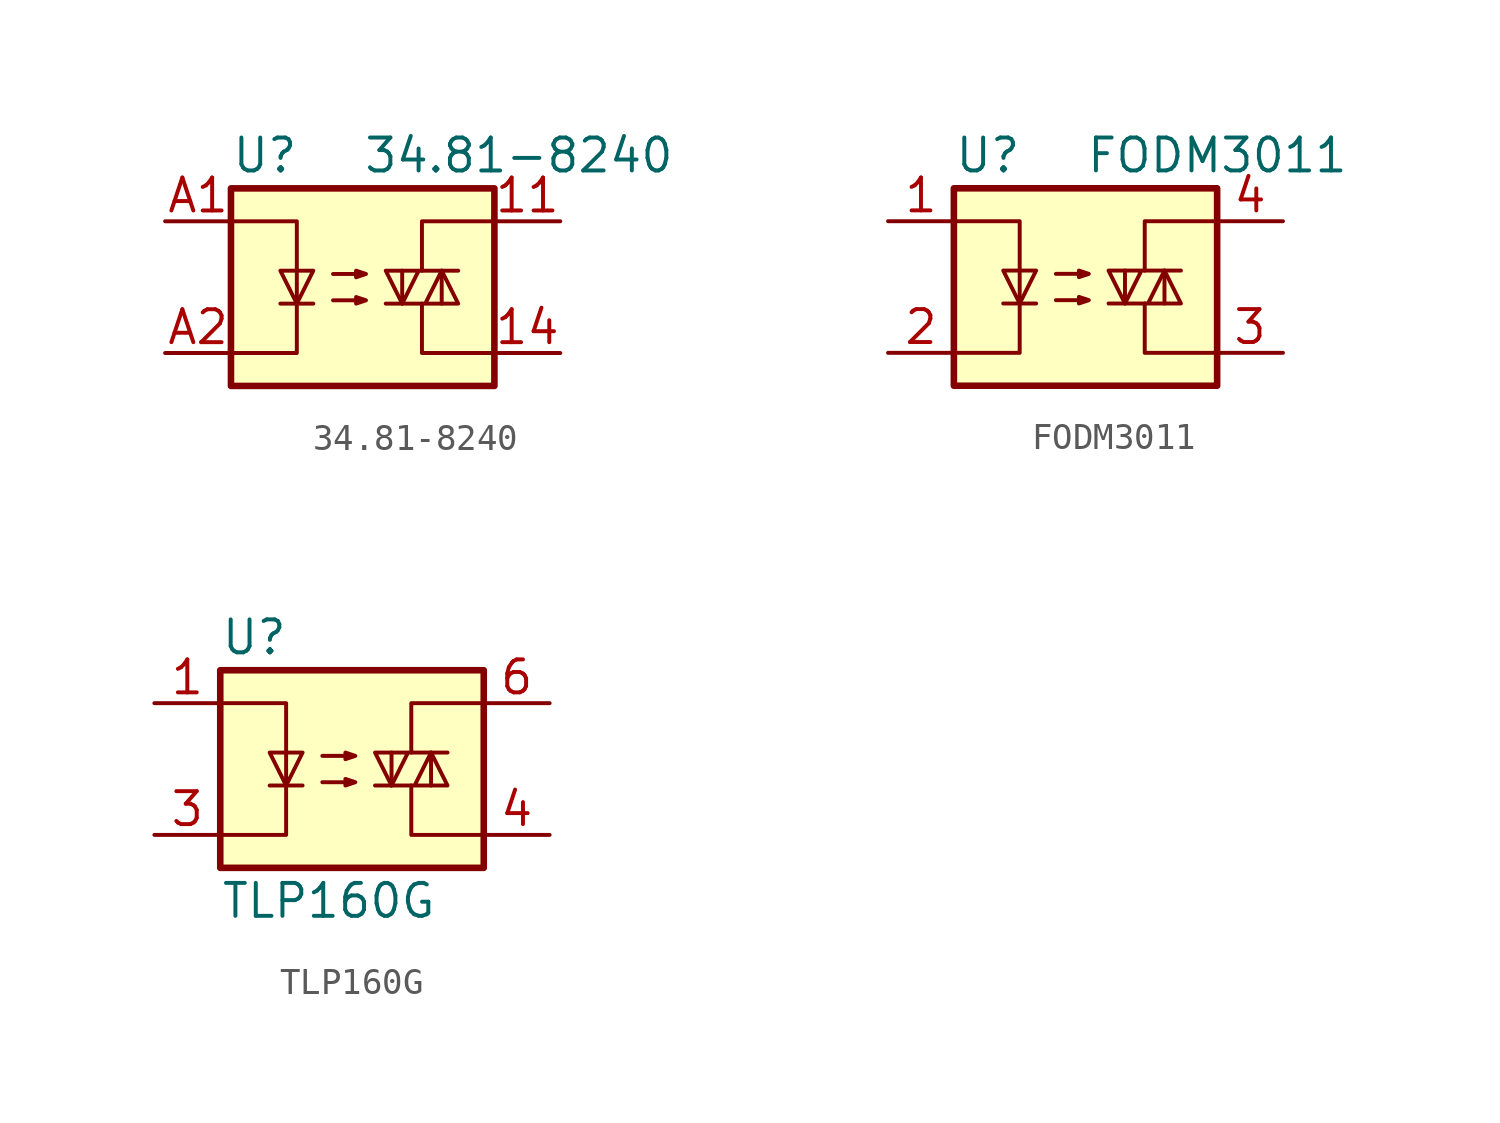
<source format=kicad_sym>
(kicad_symbol_lib
  (version 20241209)
  (generator "kicad_symbol_editor")
  (generator_version "9.0")
  (symbol "34.81-8240"
    (property "Reference" "U"
      (at -5.08 5.08 0)
      (effects (font (size 1.27 1.27)) (justify left)))
    (property "Value" "34.81-8240"
      (at 0 5.08 0)
      (effects (font (size 1.27 1.27)) (justify left)))
    (symbol "34.81-8240_0_1"
      (rectangle (start -5.08 3.81) (end 5.08 -3.81) (stroke (width 0.254) (type default)) (fill (type background)))
      (polyline (pts (xy -5.08 2.54) (xy -2.54 2.54) (xy -2.54 -2.54) (xy -5.08 -2.54)) (stroke (width 0) (type default)) (fill (type none)))
      (polyline (pts (xy -3.175 -0.635) (xy -1.905 -0.635)) (stroke (width 0) (type default)) (fill (type none)))
      (polyline (pts (xy -2.54 -0.635) (xy -3.175 0.635) (xy -1.905 0.635) (xy -2.54 -0.635)) (stroke (width 0) (type default)) (fill (type none)))
      (polyline (pts (xy -1.143 0.508) (xy 0.127 0.508) (xy -0.254 0.381) (xy -0.254 0.635) (xy 0.127 0.508)) (stroke (width 0) (type default)) (fill (type none)))
      (polyline (pts (xy -1.143 -0.508) (xy 0.127 -0.508) (xy -0.254 -0.635) (xy -0.254 -0.381) (xy 0.127 -0.508)) (stroke (width 0) (type default)) (fill (type none)))
      (polyline (pts (xy 0.889 -0.635) (xy 3.683 -0.635) (xy 3.048 0.635) (xy 2.413 -0.635)) (stroke (width 0) (type default)) (fill (type none)))
      (polyline (pts (xy 1.524 -0.635) (xy 1.524 0.635)) (stroke (width 0) (type default)) (fill (type none)))
      (polyline (pts (xy 2.286 0.635) (xy 2.286 2.54) (xy 5.08 2.54)) (stroke (width 0) (type default)) (fill (type none)))
      (polyline (pts (xy 2.286 -0.635) (xy 2.286 -2.54) (xy 5.08 -2.54)) (stroke (width 0) (type default)) (fill (type none)))
      (polyline (pts (xy 3.048 0.635) (xy 3.048 -0.635)) (stroke (width 0) (type default)) (fill (type none)))
      (polyline (pts (xy 3.683 0.635) (xy 0.889 0.635) (xy 1.524 -0.635) (xy 2.159 0.635)) (stroke (width 0) (type default)) (fill (type none))))
    (symbol "34.81-8240_1_1"
      (pin passive line (at -7.62 2.54 0) (length 2.54) (name "~" (effects (font (size 1.27 1.27)))) (number "A1" (effects (font (size 1.27 1.27)))))
      (pin passive line (at -7.62 -2.54 0) (length 2.54) (name "~" (effects (font (size 1.27 1.27)))) (number "A2" (effects (font (size 1.27 1.27)))))
      (pin passive line (at 7.62 2.54 180) (length 2.54) (name "~" (effects (font (size 1.27 1.27)))) (number "11" (effects (font (size 1.27 1.27)))))
      (pin passive line (at 7.62 -2.54 180) (length 2.54) (name "~" (effects (font (size 1.27 1.27)))) (number "14" (effects (font (size 1.27 1.27)))))))
  (symbol "FODM3011"
    (property "Reference" "U"
      (at -5.08 5.08 0)
      (effects (font (size 1.27 1.27)) (justify left)))
    (property "Value" "FODM3011"
      (at 0 5.08 0)
      (effects (font (size 1.27 1.27)) (justify left)))
    (symbol "FODM3011_0_1"
      (rectangle (start -5.08 3.81) (end 5.08 -3.81) (stroke (width 0.254) (type default)) (fill (type background)))
      (polyline (pts (xy -5.08 2.54) (xy -2.54 2.54) (xy -2.54 -2.54) (xy -5.08 -2.54)) (stroke (width 0) (type default)) (fill (type none)))
      (polyline (pts (xy -3.175 -0.635) (xy -1.905 -0.635)) (stroke (width 0) (type default)) (fill (type none)))
      (polyline (pts (xy -2.54 -0.635) (xy -3.175 0.635) (xy -1.905 0.635) (xy -2.54 -0.635)) (stroke (width 0) (type default)) (fill (type none)))
      (polyline (pts (xy -1.143 0.508) (xy 0.127 0.508) (xy -0.254 0.381) (xy -0.254 0.635) (xy 0.127 0.508)) (stroke (width 0) (type default)) (fill (type none)))
      (polyline (pts (xy -1.143 -0.508) (xy 0.127 -0.508) (xy -0.254 -0.635) (xy -0.254 -0.381) (xy 0.127 -0.508)) (stroke (width 0) (type default)) (fill (type none)))
      (polyline (pts (xy 0.889 -0.635) (xy 3.683 -0.635) (xy 3.048 0.635) (xy 2.413 -0.635)) (stroke (width 0) (type default)) (fill (type none)))
      (polyline (pts (xy 1.524 -0.635) (xy 1.524 0.635)) (stroke (width 0) (type default)) (fill (type none)))
      (polyline (pts (xy 2.286 0.635) (xy 2.286 2.54) (xy 5.08 2.54)) (stroke (width 0) (type default)) (fill (type none)))
      (polyline (pts (xy 2.286 -0.635) (xy 2.286 -2.54) (xy 5.08 -2.54)) (stroke (width 0) (type default)) (fill (type none)))
      (polyline (pts (xy 3.048 0.635) (xy 3.048 -0.635)) (stroke (width 0) (type default)) (fill (type none)))
      (polyline (pts (xy 3.683 0.635) (xy 0.889 0.635) (xy 1.524 -0.635) (xy 2.159 0.635)) (stroke (width 0) (type default)) (fill (type none))))
    (symbol "FODM3011_1_1"
      (pin passive line (at -7.62 2.54 0) (length 2.54) (name "~" (effects (font (size 1.27 1.27)))) (number "1" (effects (font (size 1.27 1.27)))))
      (pin passive line (at -7.62 -2.54 0) (length 2.54) (name "~" (effects (font (size 1.27 1.27)))) (number "2" (effects (font (size 1.27 1.27)))))
      (pin passive line (at 7.62 2.54 180) (length 2.54) (name "~" (effects (font (size 1.27 1.27)))) (number "4" (effects (font (size 1.27 1.27)))))
      (pin passive line (at 7.62 -2.54 180) (length 2.54) (name "~" (effects (font (size 1.27 1.27)))) (number "3" (effects (font (size 1.27 1.27)))))))
  (symbol "TLP160G"
    (property "Reference" "U"
      (at -5.08 5.08 0)
      (effects (font (size 1.27 1.27)) (justify left)))
    (property "Value" "TLP160G"
      (at -5.08 -5.08 0)
      (effects (font (size 1.27 1.27)) (justify left)))
    (symbol "TLP160G_0_1"
      (rectangle (start -5.08 3.81) (end 5.08 -3.81) (stroke (width 0.254) (type default)) (fill (type background)))
      (polyline (pts (xy -5.08 2.54) (xy -2.54 2.54) (xy -2.54 -2.54) (xy -5.08 -2.54)) (stroke (width 0) (type default)) (fill (type none)))
      (polyline (pts (xy -3.175 -0.635) (xy -1.905 -0.635)) (stroke (width 0) (type default)) (fill (type none)))
      (polyline (pts (xy -2.54 -0.635) (xy -3.175 0.635) (xy -1.905 0.635) (xy -2.54 -0.635)) (stroke (width 0) (type default)) (fill (type none)))
      (polyline (pts (xy -1.143 0.508) (xy 0.127 0.508) (xy -0.254 0.381) (xy -0.254 0.635) (xy 0.127 0.508)) (stroke (width 0) (type default)) (fill (type none)))
      (polyline (pts (xy -1.143 -0.508) (xy 0.127 -0.508) (xy -0.254 -0.635) (xy -0.254 -0.381) (xy 0.127 -0.508)) (stroke (width 0) (type default)) (fill (type none)))
      (polyline (pts (xy 0.889 -0.635) (xy 3.683 -0.635) (xy 3.048 0.635) (xy 2.413 -0.635)) (stroke (width 0) (type default)) (fill (type none)))
      (polyline (pts (xy 1.524 -0.635) (xy 1.524 0.635)) (stroke (width 0) (type default)) (fill (type none)))
      (polyline (pts (xy 2.286 0.635) (xy 2.286 2.54) (xy 5.08 2.54)) (stroke (width 0) (type default)) (fill (type none)))
      (polyline (pts (xy 2.286 -0.635) (xy 2.286 -2.54) (xy 5.08 -2.54)) (stroke (width 0) (type default)) (fill (type none)))
      (polyline (pts (xy 3.048 0.635) (xy 3.048 -0.635)) (stroke (width 0) (type default)) (fill (type none)))
      (polyline (pts (xy 3.683 0.635) (xy 0.889 0.635) (xy 1.524 -0.635) (xy 2.159 0.635)) (stroke (width 0) (type default)) (fill (type none))))
    (symbol "TLP160G_1_1"
      (pin passive line (at -7.62 2.54 0) (length 2.54) (name "~" (effects (font (size 1.27 1.27)))) (number "1" (effects (font (size 1.27 1.27)))))
      (pin passive line (at -7.62 -2.54 0) (length 2.54) (name "~" (effects (font (size 1.27 1.27)))) (number "3" (effects (font (size 1.27 1.27)))))
      (pin passive line (at 7.62 2.54 180) (length 2.54) (name "~" (effects (font (size 1.27 1.27)))) (number "6" (effects (font (size 1.27 1.27)))))
      (pin passive line (at 7.62 -2.54 180) (length 2.54) (name "~" (effects (font (size 1.27 1.27)))) (number "4" (effects (font (size 1.27 1.27))))))))
</source>
